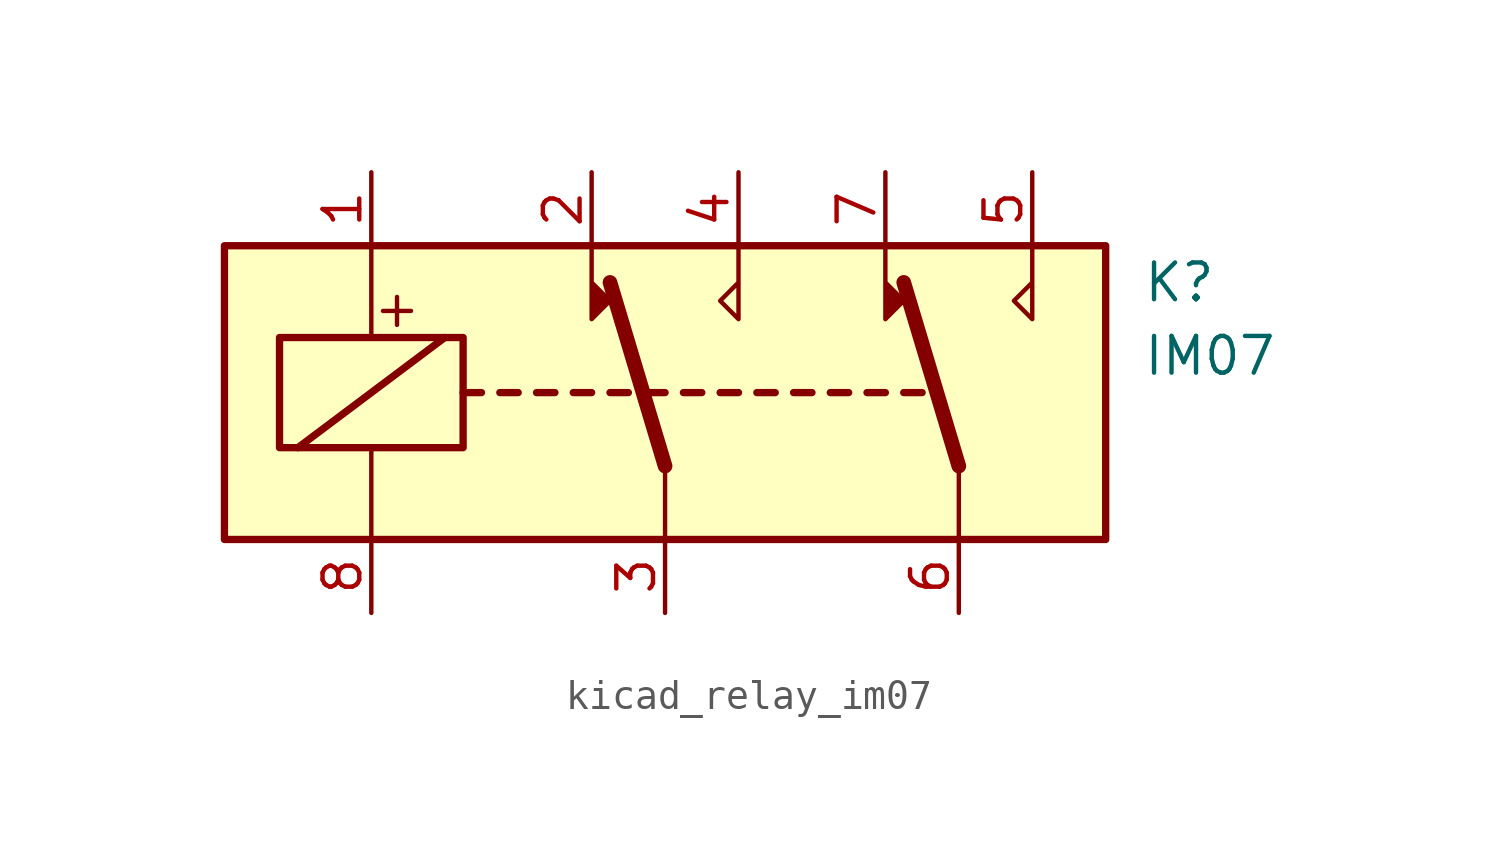
<source format=kicad_sym>
(kicad_symbol_lib
  (version 20220914)
  (generator kicad_symbol_editor)
  (symbol "kicad_relay_im07"
    (property "Reference" "K"
      (at 16.51 3.81 0)
      (effects (font (size 1.27 1.27)) (justify left)))
    (property "Value" "IM07"
      (at 16.51 1.27 0)
      (effects (font (size 1.27 1.27)) (justify left)))
    (symbol "kicad_relay_im07_0_0"
      (text "+" (at -9.271 2.921 0) (effects (font (size 1.27 1.27)))))
    (symbol "kicad_relay_im07_0_1"
      (rectangle (start -15.24 5.08) (end 15.24 -5.08) (stroke (width 0.254) (type default)) (fill (type background)))
      (rectangle (start -13.335 1.905) (end -6.985 -1.905) (stroke (width 0.254) (type default)) (fill (type none)))
      (polyline (pts (xy -12.7 -1.905) (xy -7.62 1.905)) (stroke (width 0.254) (type default)) (fill (type none)))
      (polyline (pts (xy -10.16 -5.08) (xy -10.16 -1.905)) (stroke (width 0) (type default)) (fill (type none)))
      (polyline (pts (xy -10.16 5.08) (xy -10.16 1.905)) (stroke (width 0) (type default)) (fill (type none)))
      (polyline (pts (xy -6.985 0) (xy -6.35 0)) (stroke (width 0.254) (type default)) (fill (type none)))
      (polyline (pts (xy -5.715 0) (xy -5.08 0)) (stroke (width 0.254) (type default)) (fill (type none)))
      (polyline (pts (xy -4.445 0) (xy -3.81 0)) (stroke (width 0.254) (type default)) (fill (type none)))
      (polyline (pts (xy -3.175 0) (xy -2.54 0)) (stroke (width 0.254) (type default)) (fill (type none)))
      (polyline (pts (xy -1.905 0) (xy -1.27 0)) (stroke (width 0.254) (type default)) (fill (type none)))
      (polyline (pts (xy -0.635 0) (xy 0 0)) (stroke (width 0.254) (type default)) (fill (type none)))
      (polyline (pts (xy 0 -2.54) (xy -1.905 3.81)) (stroke (width 0.508) (type default)) (fill (type none)))
      (polyline (pts (xy 0 -2.54) (xy 0 -5.08)) (stroke (width 0) (type default)) (fill (type none)))
      (polyline (pts (xy 0.635 0) (xy 1.27 0)) (stroke (width 0.254) (type default)) (fill (type none)))
      (polyline (pts (xy 1.905 0) (xy 2.54 0)) (stroke (width 0.254) (type default)) (fill (type none)))
      (polyline (pts (xy 3.175 0) (xy 3.81 0)) (stroke (width 0.254) (type default)) (fill (type none)))
      (polyline (pts (xy 4.445 0) (xy 5.08 0)) (stroke (width 0.254) (type default)) (fill (type none)))
      (polyline (pts (xy 5.715 0) (xy 6.35 0)) (stroke (width 0.254) (type default)) (fill (type none)))
      (polyline (pts (xy 6.985 0) (xy 7.62 0)) (stroke (width 0.254) (type default)) (fill (type none)))
      (polyline (pts (xy 8.255 0) (xy 8.89 0)) (stroke (width 0.254) (type default)) (fill (type none)))
      (polyline (pts (xy 10.16 -2.54) (xy 8.255 3.81)) (stroke (width 0.508) (type default)) (fill (type none)))
      (polyline (pts (xy 10.16 -2.54) (xy 10.16 -5.08)) (stroke (width 0) (type default)) (fill (type none)))
      (polyline (pts (xy -2.54 5.08) (xy -2.54 2.54) (xy -1.905 3.175) (xy -2.54 3.81)) (stroke (width 0) (type default)) (fill (type outline)))
      (polyline (pts (xy 2.54 5.08) (xy 2.54 2.54) (xy 1.905 3.175) (xy 2.54 3.81)) (stroke (width 0) (type default)) (fill (type none)))
      (polyline (pts (xy 7.62 5.08) (xy 7.62 2.54) (xy 8.255 3.175) (xy 7.62 3.81)) (stroke (width 0) (type default)) (fill (type outline)))
      (polyline (pts (xy 12.7 5.08) (xy 12.7 2.54) (xy 12.065 3.175) (xy 12.7 3.81)) (stroke (width 0) (type default)) (fill (type none))))
    (symbol "kicad_relay_im07_1_1"
      (pin passive line (at -10.16 7.62 270) (length 2.54) (name "~" (effects (font (size 1.27 1.27)))) (number "1" (effects (font (size 1.27 1.27)))))
      (pin passive line (at -2.54 7.62 270) (length 2.54) (name "~" (effects (font (size 1.27 1.27)))) (number "2" (effects (font (size 1.27 1.27)))))
      (pin passive line (at 0 -7.62 90) (length 2.54) (name "~" (effects (font (size 1.27 1.27)))) (number "3" (effects (font (size 1.27 1.27)))))
      (pin passive line (at 2.54 7.62 270) (length 2.54) (name "~" (effects (font (size 1.27 1.27)))) (number "4" (effects (font (size 1.27 1.27)))))
      (pin passive line (at 12.7 7.62 270) (length 2.54) (name "~" (effects (font (size 1.27 1.27)))) (number "5" (effects (font (size 1.27 1.27)))))
      (pin passive line (at 10.16 -7.62 90) (length 2.54) (name "~" (effects (font (size 1.27 1.27)))) (number "6" (effects (font (size 1.27 1.27)))))
      (pin passive line (at 7.62 7.62 270) (length 2.54) (name "~" (effects (font (size 1.27 1.27)))) (number "7" (effects (font (size 1.27 1.27)))))
      (pin passive line (at -10.16 -7.62 90) (length 2.54) (name "~" (effects (font (size 1.27 1.27)))) (number "8" (effects (font (size 1.27 1.27))))))))
</source>
